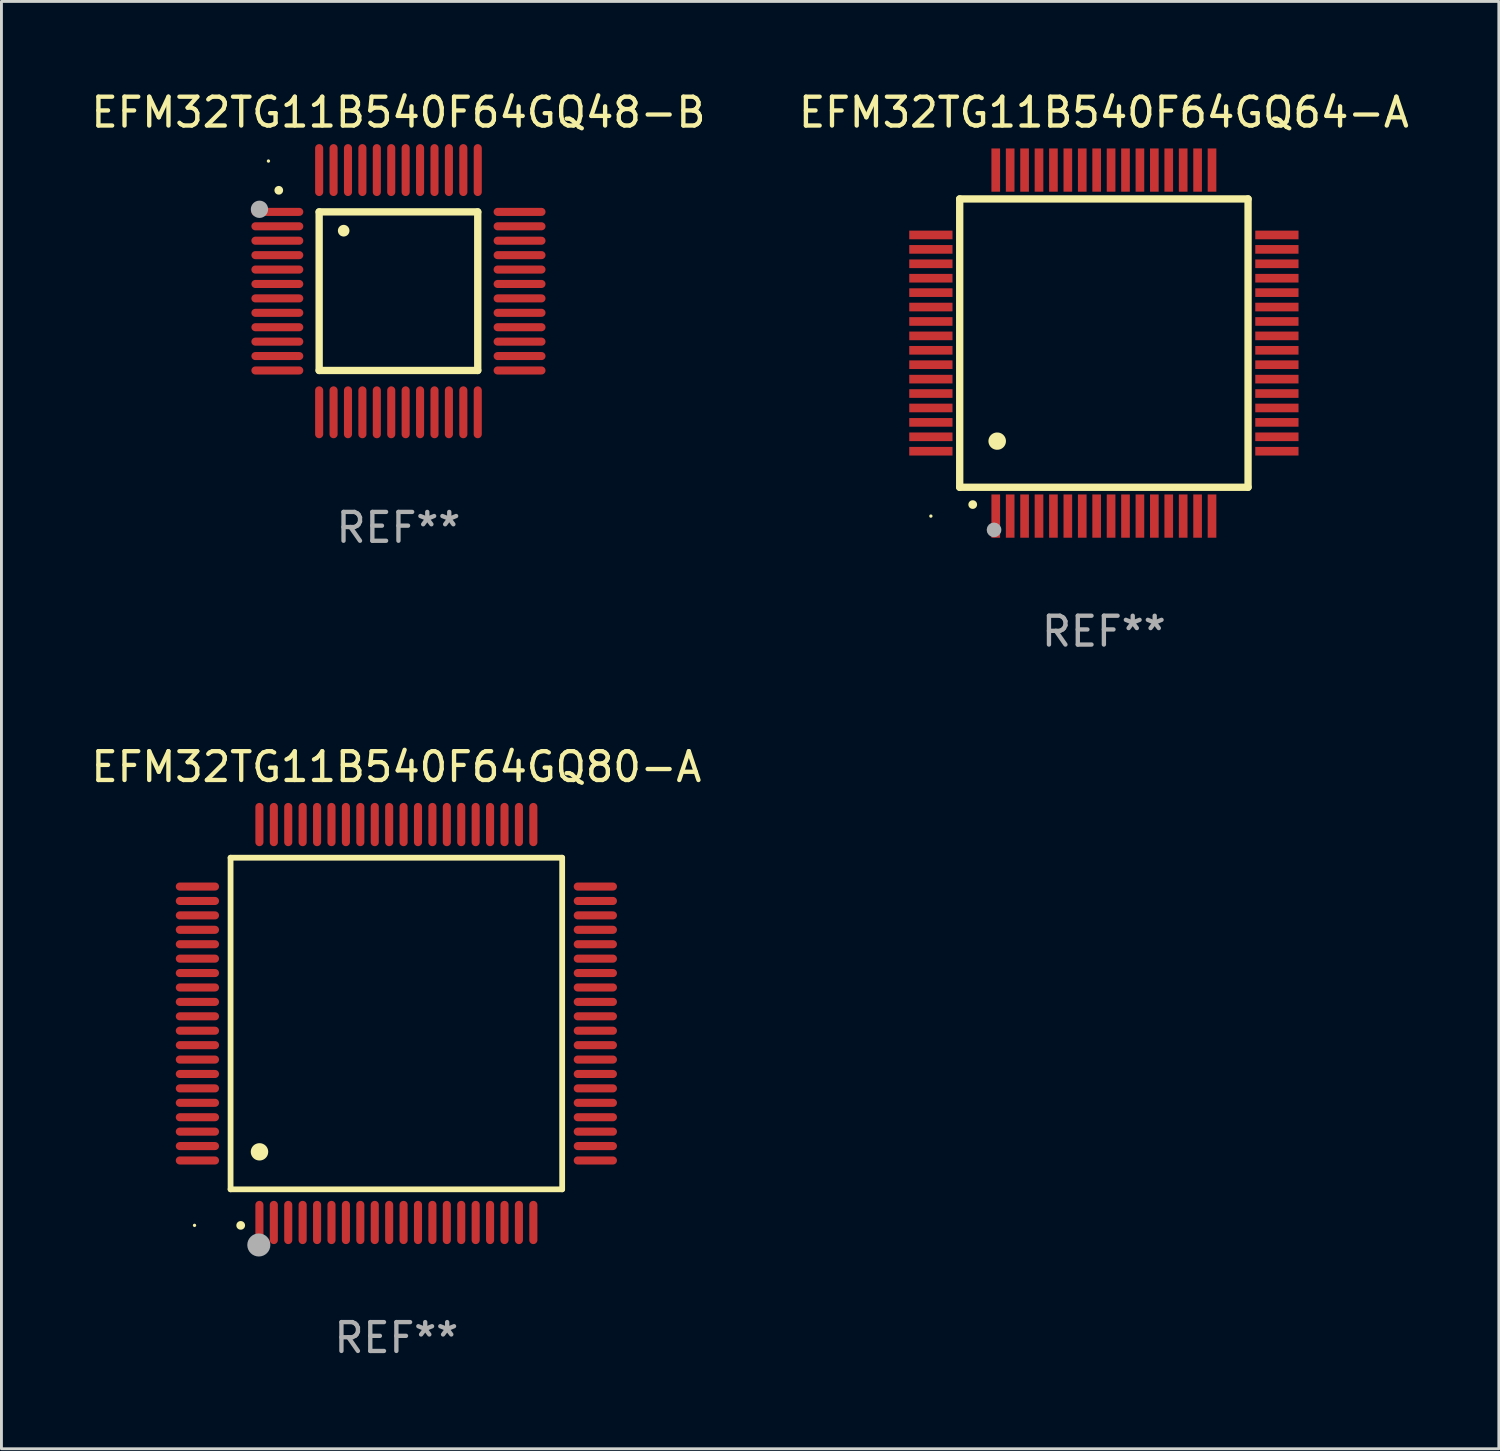
<source format=kicad_pcb>
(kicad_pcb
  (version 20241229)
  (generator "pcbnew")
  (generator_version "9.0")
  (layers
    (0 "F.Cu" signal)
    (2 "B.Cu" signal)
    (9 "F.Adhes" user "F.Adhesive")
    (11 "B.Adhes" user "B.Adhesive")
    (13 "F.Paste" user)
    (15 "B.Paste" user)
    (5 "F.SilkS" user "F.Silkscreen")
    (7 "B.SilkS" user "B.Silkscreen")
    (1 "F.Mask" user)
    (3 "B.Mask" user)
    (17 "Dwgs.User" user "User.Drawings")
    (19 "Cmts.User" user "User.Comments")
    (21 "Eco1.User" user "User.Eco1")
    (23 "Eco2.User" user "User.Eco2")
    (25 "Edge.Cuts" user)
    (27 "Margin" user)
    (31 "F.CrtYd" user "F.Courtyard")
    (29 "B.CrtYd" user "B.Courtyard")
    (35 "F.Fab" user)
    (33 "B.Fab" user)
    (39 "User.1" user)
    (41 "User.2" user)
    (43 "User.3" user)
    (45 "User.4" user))
  (footprint "EFM32TG11B540F64GQ64-A"
    (layer "F.Cu")
    (at 35.232 8.848)
    (property "Reference" "EFM32TG11B540F64GQ64-A" (at 0 -8 0) (layer "F.SilkS") (effects (font (size 1 1) (thickness 0.15))))
    (attr through_hole)
    (fp_line (start -5 -5) (end -5 5) (stroke (width 0.254) (type solid)) (layer "F.SilkS"))
    (fp_line (start -5 -5) (end 5 -5) (stroke (width 0.254) (type solid)) (layer "F.SilkS"))
    (fp_line (start -5 5) (end 5 5) (stroke (width 0.254) (type solid)) (layer "F.SilkS"))
    (fp_line (start 5 -5) (end 5 5) (stroke (width 0.254) (type solid)) (layer "F.SilkS"))
    (fp_arc (start -4.549987 5.6) (mid -4.548717 5.599995) (end -4.547447 5.6) (stroke (width 0.3) (type solid)) (layer "F.SilkS"))
    (fp_arc (start -3.703835 3.400076) (mid -3.700025 3.400052) (end -3.696215 3.400076) (stroke (width 0.6) (type solid)) (layer "F.SilkS"))
    (fp_circle (center -6 6) (end -5.97 6) (stroke (width 0.06) (type solid)) (fill no) (layer "F.SilkS"))
    (fp_circle (center -3.81 6.477) (end -3.683 6.477) (stroke (width 0.254) (type solid)) (fill no) (layer "F.Fab"))
    (fp_text user "REF**" (at 0 10 0) (layer "F.Fab") (effects (font (size 1 1) (thickness 0.15))))
    (pad "1" smd rect (at -3.75 6 180) (size 0.3 1.5) (layers "F.Cu" "F.Mask" "F.Paste"))
    (pad "2" smd rect (at -3.25 6 180) (size 0.3 1.5) (layers "F.Cu" "F.Mask" "F.Paste"))
    (pad "3" smd rect (at -2.75 6 180) (size 0.3 1.5) (layers "F.Cu" "F.Mask" "F.Paste"))
    (pad "4" smd rect (at -2.25 6 180) (size 0.3 1.5) (layers "F.Cu" "F.Mask" "F.Paste"))
    (pad "5" smd rect (at -1.75 6 180) (size 0.3 1.5) (layers "F.Cu" "F.Mask" "F.Paste"))
    (pad "6" smd rect (at -1.25 6 180) (size 0.3 1.5) (layers "F.Cu" "F.Mask" "F.Paste"))
    (pad "7" smd rect (at -0.75 6 180) (size 0.3 1.5) (layers "F.Cu" "F.Mask" "F.Paste"))
    (pad "8" smd rect (at -0.25 6 180) (size 0.3 1.5) (layers "F.Cu" "F.Mask" "F.Paste"))
    (pad "9" smd rect (at 0.25 6 180) (size 0.3 1.5) (layers "F.Cu" "F.Mask" "F.Paste"))
    (pad "10" smd rect (at 0.75 6 180) (size 0.3 1.5) (layers "F.Cu" "F.Mask" "F.Paste"))
    (pad "11" smd rect (at 1.25 6 180) (size 0.3 1.5) (layers "F.Cu" "F.Mask" "F.Paste"))
    (pad "12" smd rect (at 1.75 6 180) (size 0.3 1.5) (layers "F.Cu" "F.Mask" "F.Paste"))
    (pad "13" smd rect (at 2.25 6 180) (size 0.3 1.5) (layers "F.Cu" "F.Mask" "F.Paste"))
    (pad "14" smd rect (at 2.75 6 180) (size 0.3 1.5) (layers "F.Cu" "F.Mask" "F.Paste"))
    (pad "15" smd rect (at 3.25 6 180) (size 0.3 1.5) (layers "F.Cu" "F.Mask" "F.Paste"))
    (pad "16" smd rect (at 3.75 6 180) (size 0.3 1.5) (layers "F.Cu" "F.Mask" "F.Paste"))
    (pad "17" smd rect (at 6 3.75 90) (size 0.3 1.5) (layers "F.Cu" "F.Mask" "F.Paste"))
    (pad "18" smd rect (at 6 3.25 90) (size 0.3 1.5) (layers "F.Cu" "F.Mask" "F.Paste"))
    (pad "19" smd rect (at 6 2.75 90) (size 0.3 1.5) (layers "F.Cu" "F.Mask" "F.Paste"))
    (pad "20" smd rect (at 6 2.25 90) (size 0.3 1.5) (layers "F.Cu" "F.Mask" "F.Paste"))
    (pad "21" smd rect (at 6 1.75 90) (size 0.3 1.5) (layers "F.Cu" "F.Mask" "F.Paste"))
    (pad "22" smd rect (at 6 1.25 90) (size 0.3 1.5) (layers "F.Cu" "F.Mask" "F.Paste"))
    (pad "23" smd rect (at 6 0.75 90) (size 0.3 1.5) (layers "F.Cu" "F.Mask" "F.Paste"))
    (pad "24" smd rect (at 6 0.25 90) (size 0.3 1.5) (layers "F.Cu" "F.Mask" "F.Paste"))
    (pad "25" smd rect (at 6 -0.25 90) (size 0.3 1.5) (layers "F.Cu" "F.Mask" "F.Paste"))
    (pad "26" smd rect (at 6 -0.75 90) (size 0.3 1.5) (layers "F.Cu" "F.Mask" "F.Paste"))
    (pad "27" smd rect (at 6 -1.25 90) (size 0.3 1.5) (layers "F.Cu" "F.Mask" "F.Paste"))
    (pad "28" smd rect (at 6 -1.75 90) (size 0.3 1.5) (layers "F.Cu" "F.Mask" "F.Paste"))
    (pad "29" smd rect (at 6 -2.25 90) (size 0.3 1.5) (layers "F.Cu" "F.Mask" "F.Paste"))
    (pad "30" smd rect (at 6 -2.75 90) (size 0.3 1.5) (layers "F.Cu" "F.Mask" "F.Paste"))
    (pad "31" smd rect (at 6 -3.25 90) (size 0.3 1.5) (layers "F.Cu" "F.Mask" "F.Paste"))
    (pad "32" smd rect (at 6 -3.75 90) (size 0.3 1.5) (layers "F.Cu" "F.Mask" "F.Paste"))
    (pad "33" smd rect (at 3.75 -6 180) (size 0.3 1.5) (layers "F.Cu" "F.Mask" "F.Paste"))
    (pad "34" smd rect (at 3.25 -6 180) (size 0.3 1.5) (layers "F.Cu" "F.Mask" "F.Paste"))
    (pad "35" smd rect (at 2.75 -6 180) (size 0.3 1.5) (layers "F.Cu" "F.Mask" "F.Paste"))
    (pad "36" smd rect (at 2.25 -6 180) (size 0.3 1.5) (layers "F.Cu" "F.Mask" "F.Paste"))
    (pad "37" smd rect (at 1.75 -6 180) (size 0.3 1.5) (layers "F.Cu" "F.Mask" "F.Paste"))
    (pad "38" smd rect (at 1.25 -6 180) (size 0.3 1.5) (layers "F.Cu" "F.Mask" "F.Paste"))
    (pad "39" smd rect (at 0.75 -6 180) (size 0.3 1.5) (layers "F.Cu" "F.Mask" "F.Paste"))
    (pad "40" smd rect (at 0.25 -6 180) (size 0.3 1.5) (layers "F.Cu" "F.Mask" "F.Paste"))
    (pad "41" smd rect (at -0.25 -6 180) (size 0.3 1.5) (layers "F.Cu" "F.Mask" "F.Paste"))
    (pad "42" smd rect (at -0.75 -6 180) (size 0.3 1.5) (layers "F.Cu" "F.Mask" "F.Paste"))
    (pad "43" smd rect (at -1.25 -6 180) (size 0.3 1.5) (layers "F.Cu" "F.Mask" "F.Paste"))
    (pad "44" smd rect (at -1.75 -6 180) (size 0.3 1.5) (layers "F.Cu" "F.Mask" "F.Paste"))
    (pad "45" smd rect (at -2.25 -6 180) (size 0.3 1.5) (layers "F.Cu" "F.Mask" "F.Paste"))
    (pad "46" smd rect (at -2.75 -6 180) (size 0.3 1.5) (layers "F.Cu" "F.Mask" "F.Paste"))
    (pad "47" smd rect (at -3.25 -6 180) (size 0.3 1.5) (layers "F.Cu" "F.Mask" "F.Paste"))
    (pad "48" smd rect (at -3.75 -6 180) (size 0.3 1.5) (layers "F.Cu" "F.Mask" "F.Paste"))
    (pad "49" smd rect (at -6 -3.75 90) (size 0.3 1.5) (layers "F.Cu" "F.Mask" "F.Paste"))
    (pad "50" smd rect (at -6 -3.25 90) (size 0.3 1.5) (layers "F.Cu" "F.Mask" "F.Paste"))
    (pad "51" smd rect (at -6 -2.75 90) (size 0.3 1.5) (layers "F.Cu" "F.Mask" "F.Paste"))
    (pad "52" smd rect (at -6 -2.25 90) (size 0.3 1.5) (layers "F.Cu" "F.Mask" "F.Paste"))
    (pad "53" smd rect (at -6 -1.75 90) (size 0.3 1.5) (layers "F.Cu" "F.Mask" "F.Paste"))
    (pad "54" smd rect (at -6 -1.25 90) (size 0.3 1.5) (layers "F.Cu" "F.Mask" "F.Paste"))
    (pad "55" smd rect (at -6 -0.75 90) (size 0.3 1.5) (layers "F.Cu" "F.Mask" "F.Paste"))
    (pad "56" smd rect (at -6 -0.25 90) (size 0.3 1.5) (layers "F.Cu" "F.Mask" "F.Paste"))
    (pad "57" smd rect (at -6 0.25 90) (size 0.3 1.5) (layers "F.Cu" "F.Mask" "F.Paste"))
    (pad "58" smd rect (at -6 0.75 90) (size 0.3 1.5) (layers "F.Cu" "F.Mask" "F.Paste"))
    (pad "59" smd rect (at -6 1.25 90) (size 0.3 1.5) (layers "F.Cu" "F.Mask" "F.Paste"))
    (pad "60" smd rect (at -6 1.75 90) (size 0.3 1.5) (layers "F.Cu" "F.Mask" "F.Paste"))
    (pad "61" smd rect (at -6 2.25 90) (size 0.3 1.5) (layers "F.Cu" "F.Mask" "F.Paste"))
    (pad "62" smd rect (at -6 2.75 90) (size 0.3 1.5) (layers "F.Cu" "F.Mask" "F.Paste"))
    (pad "63" smd rect (at -6 3.25 90) (size 0.3 1.5) (layers "F.Cu" "F.Mask" "F.Paste"))
    (pad "64" smd rect (at -6 3.75 90) (size 0.3 1.5) (layers "F.Cu" "F.Mask" "F.Paste")))
  (footprint "EFM32TG11B540F64GQ80-A"
    (layer "F.Cu")
    (at 10.696 32.445)
    (property "Reference" "EFM32TG11B540F64GQ80-A" (at 0 -8.9 0) (layer "F.SilkS") (effects (font (size 1 1) (thickness 0.15))))
    (attr through_hole)
    (fp_line (start -5.75 -5.75) (end 5.75 -5.75) (stroke (width 0.2) (type solid)) (layer "F.SilkS"))
    (fp_line (start -5.75 5.75) (end -5.75 -5.75) (stroke (width 0.2) (type solid)) (layer "F.SilkS"))
    (fp_line (start 5.75 -5.75) (end 5.75 5.75) (stroke (width 0.2) (type solid)) (layer "F.SilkS"))
    (fp_line (start 5.75 5.75) (end -5.75 5.75) (stroke (width 0.2) (type solid)) (layer "F.SilkS"))
    (fp_arc (start -5.400051 7.000254) (mid -5.398781 7.000249) (end -5.397511 7.000254) (stroke (width 0.3) (type solid)) (layer "F.SilkS"))
    (fp_arc (start -4.749809 4.450089) (mid -4.747269 4.450078) (end -4.744729 4.450089) (stroke (width 0.6) (type solid)) (layer "F.SilkS"))
    (fp_circle (center -7 7) (end -6.97 7) (stroke (width 0.06) (type solid)) (fill no) (layer "F.SilkS"))
    (fp_circle (center -4.77 7.68) (end -4.57 7.68) (stroke (width 0.4) (type solid)) (fill no) (layer "F.Fab"))
    (fp_text user "REF**" (at 0 10.9 0) (layer "F.Fab") (effects (font (size 1 1) (thickness 0.15))))
    (pad "1" smd oval (at -4.75 6.9) (size 0.28 1.5) (layers "F.Cu" "F.Mask" "F.Paste"))
    (pad "2" smd oval (at -4.25 6.9) (size 0.28 1.5) (layers "F.Cu" "F.Mask" "F.Paste"))
    (pad "3" smd oval (at -3.75 6.9) (size 0.28 1.5) (layers "F.Cu" "F.Mask" "F.Paste"))
    (pad "4" smd oval (at -3.25 6.9) (size 0.28 1.5) (layers "F.Cu" "F.Mask" "F.Paste"))
    (pad "5" smd oval (at -2.75 6.9) (size 0.28 1.5) (layers "F.Cu" "F.Mask" "F.Paste"))
    (pad "6" smd oval (at -2.25 6.9) (size 0.28 1.5) (layers "F.Cu" "F.Mask" "F.Paste"))
    (pad "7" smd oval (at -1.75 6.9) (size 0.28 1.5) (layers "F.Cu" "F.Mask" "F.Paste"))
    (pad "8" smd oval (at -1.25 6.9) (size 0.28 1.5) (layers "F.Cu" "F.Mask" "F.Paste"))
    (pad "9" smd oval (at -0.75 6.9) (size 0.28 1.5) (layers "F.Cu" "F.Mask" "F.Paste"))
    (pad "10" smd oval (at -0.25 6.9) (size 0.28 1.5) (layers "F.Cu" "F.Mask" "F.Paste"))
    (pad "11" smd oval (at 0.25 6.9) (size 0.28 1.5) (layers "F.Cu" "F.Mask" "F.Paste"))
    (pad "12" smd oval (at 0.75 6.9) (size 0.28 1.5) (layers "F.Cu" "F.Mask" "F.Paste"))
    (pad "13" smd oval (at 1.25 6.9) (size 0.28 1.5) (layers "F.Cu" "F.Mask" "F.Paste"))
    (pad "14" smd oval (at 1.75 6.9) (size 0.28 1.5) (layers "F.Cu" "F.Mask" "F.Paste"))
    (pad "15" smd oval (at 2.25 6.9) (size 0.28 1.5) (layers "F.Cu" "F.Mask" "F.Paste"))
    (pad "16" smd oval (at 2.75 6.9) (size 0.28 1.5) (layers "F.Cu" "F.Mask" "F.Paste"))
    (pad "17" smd oval (at 3.25 6.9) (size 0.28 1.5) (layers "F.Cu" "F.Mask" "F.Paste"))
    (pad "18" smd oval (at 3.75 6.9) (size 0.28 1.5) (layers "F.Cu" "F.Mask" "F.Paste"))
    (pad "19" smd oval (at 4.25 6.9) (size 0.28 1.5) (layers "F.Cu" "F.Mask" "F.Paste"))
    (pad "20" smd oval (at 4.75 6.9) (size 0.28 1.5) (layers "F.Cu" "F.Mask" "F.Paste"))
    (pad "21" smd oval (at 6.9 4.75) (size 1.5 0.28) (layers "F.Cu" "F.Mask" "F.Paste"))
    (pad "22" smd oval (at 6.9 4.25) (size 1.5 0.28) (layers "F.Cu" "F.Mask" "F.Paste"))
    (pad "23" smd oval (at 6.9 3.75) (size 1.5 0.28) (layers "F.Cu" "F.Mask" "F.Paste"))
    (pad "24" smd oval (at 6.9 3.25) (size 1.5 0.28) (layers "F.Cu" "F.Mask" "F.Paste"))
    (pad "25" smd oval (at 6.9 2.75) (size 1.5 0.28) (layers "F.Cu" "F.Mask" "F.Paste"))
    (pad "26" smd oval (at 6.9 2.25) (size 1.5 0.28) (layers "F.Cu" "F.Mask" "F.Paste"))
    (pad "27" smd oval (at 6.9 1.75) (size 1.5 0.28) (layers "F.Cu" "F.Mask" "F.Paste"))
    (pad "28" smd oval (at 6.9 1.25) (size 1.5 0.28) (layers "F.Cu" "F.Mask" "F.Paste"))
    (pad "29" smd oval (at 6.9 0.75) (size 1.5 0.28) (layers "F.Cu" "F.Mask" "F.Paste"))
    (pad "30" smd oval (at 6.9 0.25) (size 1.5 0.28) (layers "F.Cu" "F.Mask" "F.Paste"))
    (pad "31" smd oval (at 6.9 -0.25) (size 1.5 0.28) (layers "F.Cu" "F.Mask" "F.Paste"))
    (pad "32" smd oval (at 6.9 -0.75) (size 1.5 0.28) (layers "F.Cu" "F.Mask" "F.Paste"))
    (pad "33" smd oval (at 6.9 -1.25) (size 1.5 0.28) (layers "F.Cu" "F.Mask" "F.Paste"))
    (pad "34" smd oval (at 6.9 -1.75) (size 1.5 0.28) (layers "F.Cu" "F.Mask" "F.Paste"))
    (pad "35" smd oval (at 6.9 -2.25) (size 1.5 0.28) (layers "F.Cu" "F.Mask" "F.Paste"))
    (pad "36" smd oval (at 6.9 -2.75) (size 1.5 0.28) (layers "F.Cu" "F.Mask" "F.Paste"))
    (pad "37" smd oval (at 6.9 -3.25) (size 1.5 0.28) (layers "F.Cu" "F.Mask" "F.Paste"))
    (pad "38" smd oval (at 6.9 -3.75) (size 1.5 0.28) (layers "F.Cu" "F.Mask" "F.Paste"))
    (pad "39" smd oval (at 6.9 -4.25) (size 1.5 0.28) (layers "F.Cu" "F.Mask" "F.Paste"))
    (pad "40" smd oval (at 6.9 -4.75) (size 1.5 0.28) (layers "F.Cu" "F.Mask" "F.Paste"))
    (pad "41" smd oval (at 4.75 -6.9) (size 0.28 1.5) (layers "F.Cu" "F.Mask" "F.Paste"))
    (pad "42" smd oval (at 4.25 -6.9) (size 0.28 1.5) (layers "F.Cu" "F.Mask" "F.Paste"))
    (pad "43" smd oval (at 3.75 -6.9) (size 0.28 1.5) (layers "F.Cu" "F.Mask" "F.Paste"))
    (pad "44" smd oval (at 3.25 -6.9) (size 0.28 1.5) (layers "F.Cu" "F.Mask" "F.Paste"))
    (pad "45" smd oval (at 2.75 -6.9) (size 0.28 1.5) (layers "F.Cu" "F.Mask" "F.Paste"))
    (pad "46" smd oval (at 2.25 -6.9) (size 0.28 1.5) (layers "F.Cu" "F.Mask" "F.Paste"))
    (pad "47" smd oval (at 1.75 -6.9) (size 0.28 1.5) (layers "F.Cu" "F.Mask" "F.Paste"))
    (pad "48" smd oval (at 1.25 -6.9) (size 0.28 1.5) (layers "F.Cu" "F.Mask" "F.Paste"))
    (pad "49" smd oval (at 0.75 -6.9) (size 0.28 1.5) (layers "F.Cu" "F.Mask" "F.Paste"))
    (pad "50" smd oval (at 0.25 -6.9) (size 0.28 1.5) (layers "F.Cu" "F.Mask" "F.Paste"))
    (pad "51" smd oval (at -0.25 -6.9) (size 0.28 1.5) (layers "F.Cu" "F.Mask" "F.Paste"))
    (pad "52" smd oval (at -0.75 -6.9) (size 0.28 1.5) (layers "F.Cu" "F.Mask" "F.Paste"))
    (pad "53" smd oval (at -1.25 -6.9) (size 0.28 1.5) (layers "F.Cu" "F.Mask" "F.Paste"))
    (pad "54" smd oval (at -1.75 -6.9) (size 0.28 1.5) (layers "F.Cu" "F.Mask" "F.Paste"))
    (pad "55" smd oval (at -2.25 -6.9) (size 0.28 1.5) (layers "F.Cu" "F.Mask" "F.Paste"))
    (pad "56" smd oval (at -2.75 -6.9) (size 0.28 1.5) (layers "F.Cu" "F.Mask" "F.Paste"))
    (pad "57" smd oval (at -3.25 -6.9) (size 0.28 1.5) (layers "F.Cu" "F.Mask" "F.Paste"))
    (pad "58" smd oval (at -3.75 -6.9) (size 0.28 1.5) (layers "F.Cu" "F.Mask" "F.Paste"))
    (pad "59" smd oval (at -4.25 -6.9) (size 0.28 1.5) (layers "F.Cu" "F.Mask" "F.Paste"))
    (pad "60" smd oval (at -4.75 -6.9) (size 0.28 1.5) (layers "F.Cu" "F.Mask" "F.Paste"))
    (pad "61" smd oval (at -6.9 -4.75) (size 1.5 0.28) (layers "F.Cu" "F.Mask" "F.Paste"))
    (pad "62" smd oval (at -6.9 -4.25) (size 1.5 0.28) (layers "F.Cu" "F.Mask" "F.Paste"))
    (pad "63" smd oval (at -6.9 -3.75) (size 1.5 0.28) (layers "F.Cu" "F.Mask" "F.Paste"))
    (pad "64" smd oval (at -6.9 -3.25) (size 1.5 0.28) (layers "F.Cu" "F.Mask" "F.Paste"))
    (pad "65" smd oval (at -6.9 -2.75) (size 1.5 0.28) (layers "F.Cu" "F.Mask" "F.Paste"))
    (pad "66" smd oval (at -6.9 -2.25) (size 1.5 0.28) (layers "F.Cu" "F.Mask" "F.Paste"))
    (pad "67" smd oval (at -6.9 -1.75) (size 1.5 0.28) (layers "F.Cu" "F.Mask" "F.Paste"))
    (pad "68" smd oval (at -6.9 -1.25) (size 1.5 0.28) (layers "F.Cu" "F.Mask" "F.Paste"))
    (pad "69" smd oval (at -6.9 -0.75) (size 1.5 0.28) (layers "F.Cu" "F.Mask" "F.Paste"))
    (pad "70" smd oval (at -6.9 -0.25) (size 1.5 0.28) (layers "F.Cu" "F.Mask" "F.Paste"))
    (pad "71" smd oval (at -6.9 0.25) (size 1.5 0.28) (layers "F.Cu" "F.Mask" "F.Paste"))
    (pad "72" smd oval (at -6.9 0.75) (size 1.5 0.28) (layers "F.Cu" "F.Mask" "F.Paste"))
    (pad "73" smd oval (at -6.9 1.25) (size 1.5 0.28) (layers "F.Cu" "F.Mask" "F.Paste"))
    (pad "74" smd oval (at -6.9 1.75) (size 1.5 0.28) (layers "F.Cu" "F.Mask" "F.Paste"))
    (pad "75" smd oval (at -6.9 2.25) (size 1.5 0.28) (layers "F.Cu" "F.Mask" "F.Paste"))
    (pad "76" smd oval (at -6.9 2.75) (size 1.5 0.28) (layers "F.Cu" "F.Mask" "F.Paste"))
    (pad "77" smd oval (at -6.9 3.25) (size 1.5 0.28) (layers "F.Cu" "F.Mask" "F.Paste"))
    (pad "78" smd oval (at -6.9 3.75) (size 1.5 0.28) (layers "F.Cu" "F.Mask" "F.Paste"))
    (pad "79" smd oval (at -6.9 4.25) (size 1.5 0.28) (layers "F.Cu" "F.Mask" "F.Paste"))
    (pad "80" smd oval (at -6.9 4.75) (size 1.5 0.28) (layers "F.Cu" "F.Mask" "F.Paste")))
  (footprint "EFM32TG11B540F64GQ48-B"
    (layer "F.Cu")
    (at 10.768 7.048)
    (property "Reference" "EFM32TG11B540F64GQ48-B" (at 0 -6.2 0) (layer "F.SilkS") (effects (font (size 1 1) (thickness 0.15))))
    (attr through_hole)
    (fp_line (start -2.75 -2.75) (end 2.75 -2.75) (stroke (width 0.254) (type solid)) (layer "F.SilkS"))
    (fp_line (start -2.75 2.75) (end -2.75 -2.75) (stroke (width 0.254) (type solid)) (layer "F.SilkS"))
    (fp_line (start 2.75 -2.75) (end 2.75 2.75) (stroke (width 0.254) (type solid)) (layer "F.SilkS"))
    (fp_line (start 2.75 2.75) (end -2.75 2.75) (stroke (width 0.254) (type solid)) (layer "F.SilkS"))
    (fp_arc (start -4.150368 -3.497587) (mid -4.150373 -3.498857) (end -4.150368 -3.500127) (stroke (width 0.3) (type solid)) (layer "F.SilkS"))
    (fp_arc (start -1.899924 -2.095504) (mid -1.89994 -2.098044) (end -1.899924 -2.100584) (stroke (width 0.4) (type solid)) (layer "F.SilkS"))
    (fp_circle (center -4.509 -4.513) (end -4.479 -4.513) (stroke (width 0.06) (type solid)) (fill no) (layer "F.SilkS"))
    (fp_circle (center -4.82 -2.84) (end -4.67 -2.84) (stroke (width 0.3) (type solid)) (fill no) (layer "F.Fab"))
    (fp_text user "REF**" (at 0 8.2 0) (layer "F.Fab") (effects (font (size 1 1) (thickness 0.15))))
    (pad "1" smd oval (at -4.2 -2.75 90) (size 0.28 1.8) (layers "F.Cu" "F.Mask" "F.Paste"))
    (pad "2" smd oval (at -4.2 -2.25 90) (size 0.28 1.8) (layers "F.Cu" "F.Mask" "F.Paste"))
    (pad "3" smd oval (at -4.2 -1.75 90) (size 0.28 1.8) (layers "F.Cu" "F.Mask" "F.Paste"))
    (pad "4" smd oval (at -4.2 -1.25 90) (size 0.28 1.8) (layers "F.Cu" "F.Mask" "F.Paste"))
    (pad "5" smd oval (at -4.2 -0.75 90) (size 0.28 1.8) (layers "F.Cu" "F.Mask" "F.Paste"))
    (pad "6" smd oval (at -4.2 -0.25 90) (size 0.28 1.8) (layers "F.Cu" "F.Mask" "F.Paste"))
    (pad "7" smd oval (at -4.2 0.25 90) (size 0.28 1.8) (layers "F.Cu" "F.Mask" "F.Paste"))
    (pad "8" smd oval (at -4.2 0.75 90) (size 0.28 1.8) (layers "F.Cu" "F.Mask" "F.Paste"))
    (pad "9" smd oval (at -4.2 1.25 90) (size 0.28 1.8) (layers "F.Cu" "F.Mask" "F.Paste"))
    (pad "10" smd oval (at -4.2 1.75 90) (size 0.28 1.8) (layers "F.Cu" "F.Mask" "F.Paste"))
    (pad "11" smd oval (at -4.2 2.25 90) (size 0.28 1.8) (layers "F.Cu" "F.Mask" "F.Paste"))
    (pad "12" smd oval (at -4.2 2.75 90) (size 0.28 1.8) (layers "F.Cu" "F.Mask" "F.Paste"))
    (pad "13" smd oval (at -2.75 4.2) (size 0.28 1.8) (layers "F.Cu" "F.Mask" "F.Paste"))
    (pad "14" smd oval (at -2.25 4.2) (size 0.28 1.8) (layers "F.Cu" "F.Mask" "F.Paste"))
    (pad "15" smd oval (at -1.75 4.2) (size 0.28 1.8) (layers "F.Cu" "F.Mask" "F.Paste"))
    (pad "16" smd oval (at -1.25 4.2) (size 0.28 1.8) (layers "F.Cu" "F.Mask" "F.Paste"))
    (pad "17" smd oval (at -0.75 4.2) (size 0.28 1.8) (layers "F.Cu" "F.Mask" "F.Paste"))
    (pad "18" smd oval (at -0.25 4.2) (size 0.28 1.8) (layers "F.Cu" "F.Mask" "F.Paste"))
    (pad "19" smd oval (at 0.25 4.2) (size 0.28 1.8) (layers "F.Cu" "F.Mask" "F.Paste"))
    (pad "20" smd oval (at 0.75 4.2) (size 0.28 1.8) (layers "F.Cu" "F.Mask" "F.Paste"))
    (pad "21" smd oval (at 1.25 4.2) (size 0.28 1.8) (layers "F.Cu" "F.Mask" "F.Paste"))
    (pad "22" smd oval (at 1.75 4.2) (size 0.28 1.8) (layers "F.Cu" "F.Mask" "F.Paste"))
    (pad "23" smd oval (at 2.25 4.2) (size 0.28 1.8) (layers "F.Cu" "F.Mask" "F.Paste"))
    (pad "24" smd oval (at 2.75 4.2) (size 0.28 1.8) (layers "F.Cu" "F.Mask" "F.Paste"))
    (pad "25" smd oval (at 4.2 2.75 90) (size 0.28 1.8) (layers "F.Cu" "F.Mask" "F.Paste"))
    (pad "26" smd oval (at 4.2 2.25 90) (size 0.28 1.8) (layers "F.Cu" "F.Mask" "F.Paste"))
    (pad "27" smd oval (at 4.2 1.75 90) (size 0.28 1.8) (layers "F.Cu" "F.Mask" "F.Paste"))
    (pad "28" smd oval (at 4.2 1.25 90) (size 0.28 1.8) (layers "F.Cu" "F.Mask" "F.Paste"))
    (pad "29" smd oval (at 4.2 0.75 90) (size 0.28 1.8) (layers "F.Cu" "F.Mask" "F.Paste"))
    (pad "30" smd oval (at 4.2 0.25 90) (size 0.28 1.8) (layers "F.Cu" "F.Mask" "F.Paste"))
    (pad "31" smd oval (at 4.2 -0.25 90) (size 0.28 1.8) (layers "F.Cu" "F.Mask" "F.Paste"))
    (pad "32" smd oval (at 4.2 -0.75 90) (size 0.28 1.8) (layers "F.Cu" "F.Mask" "F.Paste"))
    (pad "33" smd oval (at 4.2 -1.25 90) (size 0.28 1.8) (layers "F.Cu" "F.Mask" "F.Paste"))
    (pad "34" smd oval (at 4.2 -1.75 90) (size 0.28 1.8) (layers "F.Cu" "F.Mask" "F.Paste"))
    (pad "35" smd oval (at 4.2 -2.25 90) (size 0.28 1.8) (layers "F.Cu" "F.Mask" "F.Paste"))
    (pad "36" smd oval (at 4.2 -2.75 90) (size 0.28 1.8) (layers "F.Cu" "F.Mask" "F.Paste"))
    (pad "37" smd oval (at 2.75 -4.2) (size 0.28 1.8) (layers "F.Cu" "F.Mask" "F.Paste"))
    (pad "38" smd oval (at 2.25 -4.2) (size 0.28 1.8) (layers "F.Cu" "F.Mask" "F.Paste"))
    (pad "39" smd oval (at 1.75 -4.2) (size 0.28 1.8) (layers "F.Cu" "F.Mask" "F.Paste"))
    (pad "40" smd oval (at 1.25 -4.2) (size 0.28 1.8) (layers "F.Cu" "F.Mask" "F.Paste"))
    (pad "41" smd oval (at 0.75 -4.2) (size 0.28 1.8) (layers "F.Cu" "F.Mask" "F.Paste"))
    (pad "42" smd oval (at 0.25 -4.2) (size 0.28 1.8) (layers "F.Cu" "F.Mask" "F.Paste"))
    (pad "43" smd oval (at -0.25 -4.2) (size 0.28 1.8) (layers "F.Cu" "F.Mask" "F.Paste"))
    (pad "44" smd oval (at -0.75 -4.2) (size 0.28 1.8) (layers "F.Cu" "F.Mask" "F.Paste"))
    (pad "45" smd oval (at -1.25 -4.2) (size 0.28 1.8) (layers "F.Cu" "F.Mask" "F.Paste"))
    (pad "46" smd oval (at -1.75 -4.2) (size 0.28 1.8) (layers "F.Cu" "F.Mask" "F.Paste"))
    (pad "47" smd oval (at -2.25 -4.2) (size 0.28 1.8) (layers "F.Cu" "F.Mask" "F.Paste"))
    (pad "48" smd oval (at -2.75 -4.2) (size 0.28 1.8) (layers "F.Cu" "F.Mask" "F.Paste")))
  (gr_rect
    (start -3 -3)
    (end 48.929 47.193)
    (stroke (width 0.1) (type default))
    (fill no)
    (layer "Edge.Cuts")))
</source>
